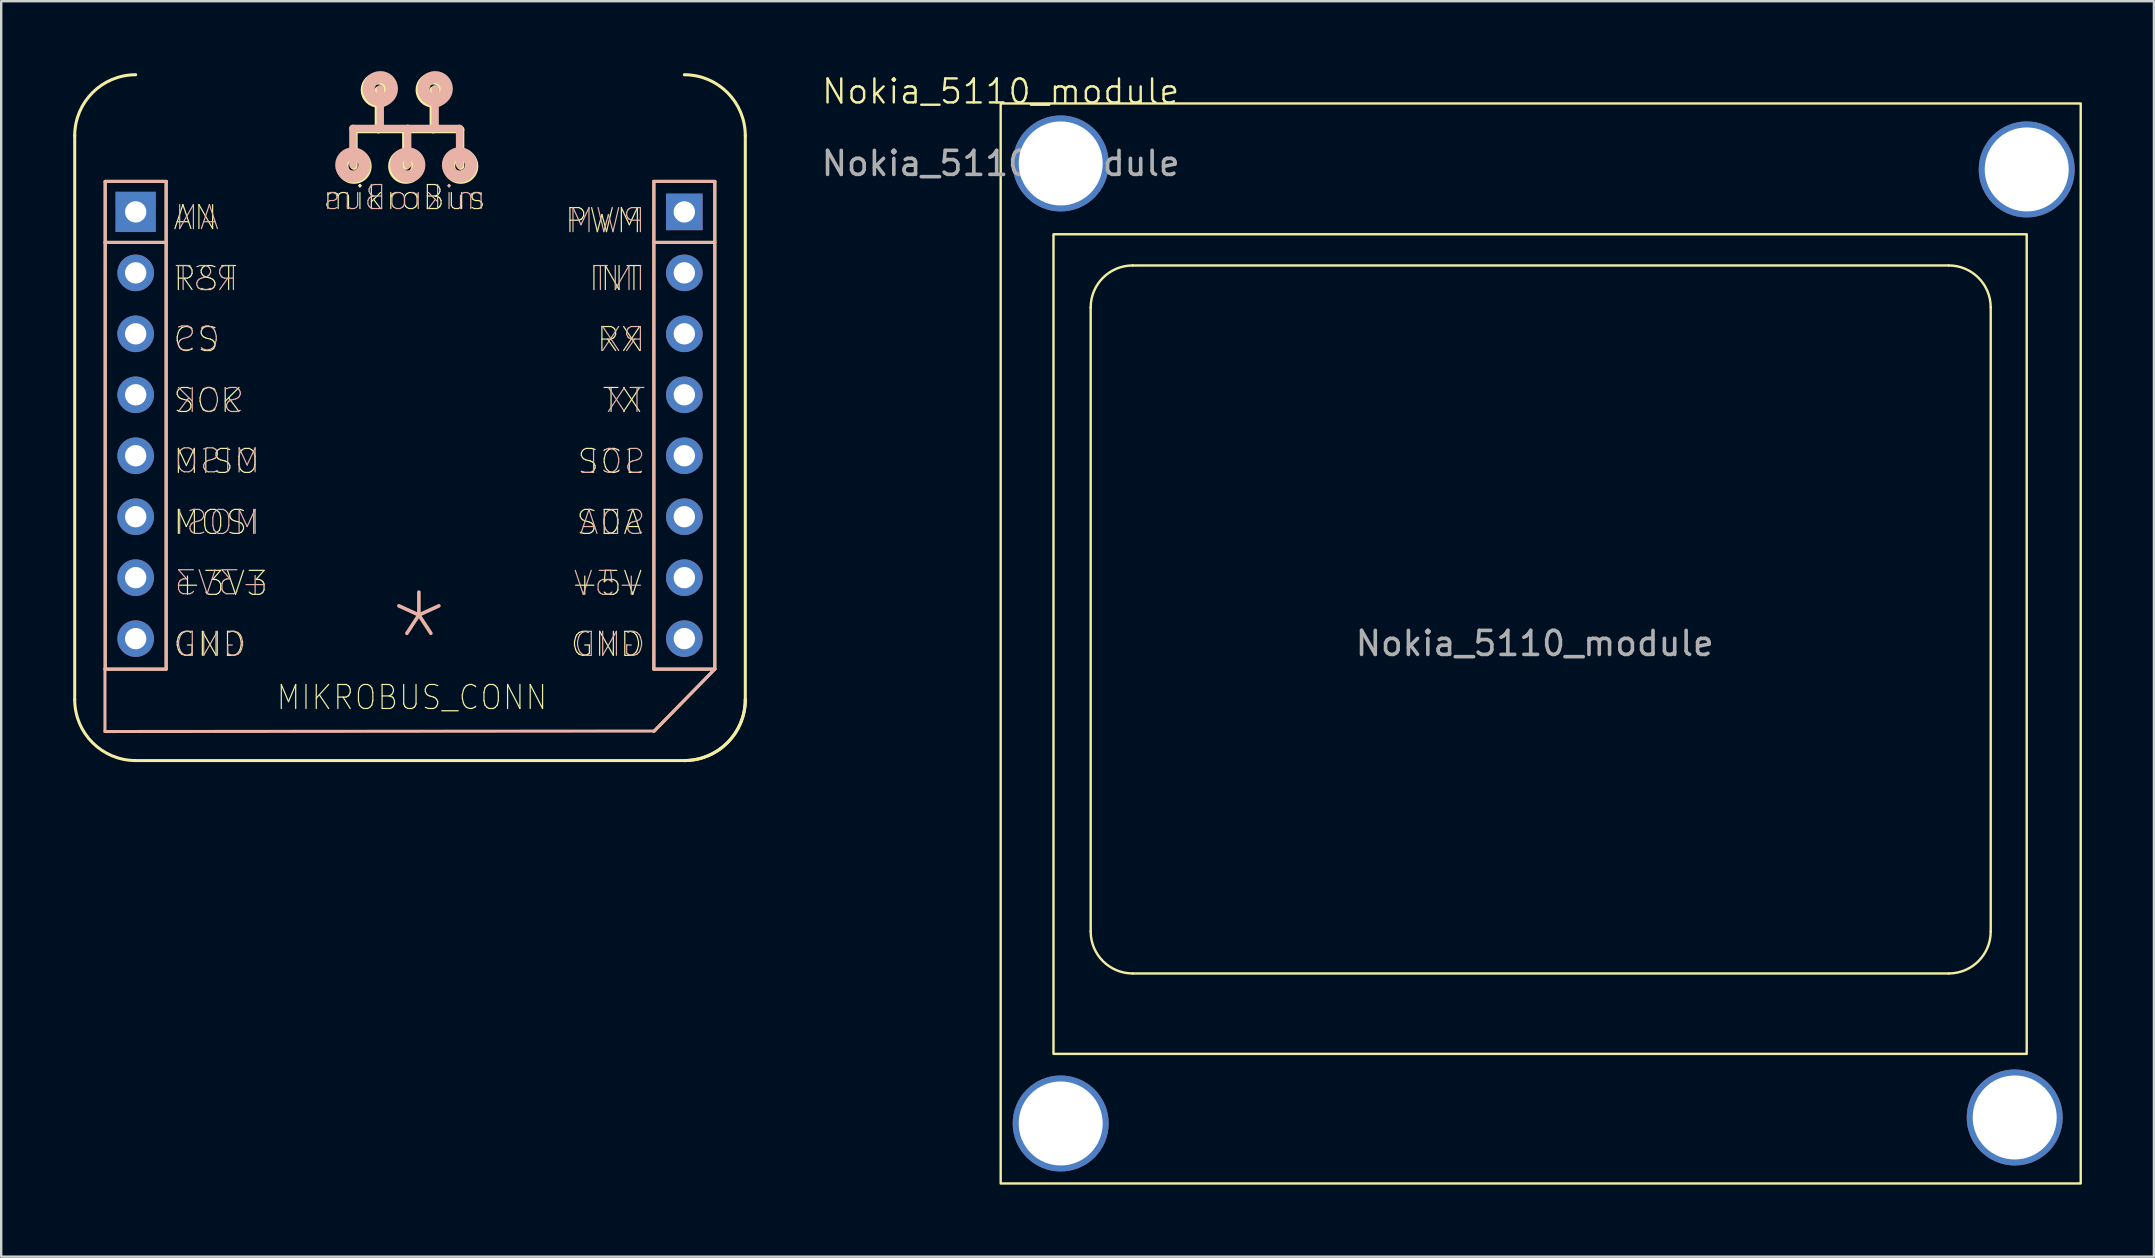
<source format=kicad_pcb>
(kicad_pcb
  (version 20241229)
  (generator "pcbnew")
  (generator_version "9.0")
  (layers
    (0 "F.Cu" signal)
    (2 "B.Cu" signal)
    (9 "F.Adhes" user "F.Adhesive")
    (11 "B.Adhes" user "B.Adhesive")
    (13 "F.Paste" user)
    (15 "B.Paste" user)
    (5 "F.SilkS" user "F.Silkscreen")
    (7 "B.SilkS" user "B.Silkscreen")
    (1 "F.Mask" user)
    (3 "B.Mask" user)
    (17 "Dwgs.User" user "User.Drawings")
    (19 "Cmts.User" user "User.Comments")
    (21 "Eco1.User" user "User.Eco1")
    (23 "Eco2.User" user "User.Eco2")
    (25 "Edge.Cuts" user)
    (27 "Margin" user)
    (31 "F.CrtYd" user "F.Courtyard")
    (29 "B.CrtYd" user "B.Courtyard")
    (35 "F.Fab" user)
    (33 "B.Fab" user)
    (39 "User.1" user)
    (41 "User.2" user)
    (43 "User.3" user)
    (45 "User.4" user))
  (footprint "Nokia_5110_module"
    (layer "F.Cu")
    (at 38.644 1.26)
    (property "Reference" "Nokia_5110_module" (at 0 -0.5 0) (unlocked yes) (layer "F.SilkS") (effects (font (size 1 1) (thickness 0.1))))
    (fp_line (start 3.75 8.5) (end 3.75 34.5) (stroke (width 0.1) (type default)) (layer "F.SilkS"))
    (fp_line (start 5.5 6.75) (end 39.5 6.75) (stroke (width 0.1) (type default)) (layer "F.SilkS"))
    (fp_line (start 5.5 36.25) (end 39.5 36.25) (stroke (width 0.1) (type default)) (layer "F.SilkS"))
    (fp_line (start 41.25 8.5) (end 41.25 34.5) (stroke (width 0.1) (type default)) (layer "F.SilkS"))
    (fp_rect (start 0 0) (end 45 45) (stroke (width 0.1) (type default)) (fill no) (layer "F.SilkS"))
    (fp_rect (start 2.2 5.45) (end 42.75 39.6) (stroke (width 0.1) (type default)) (fill no) (layer "F.SilkS"))
    (fp_arc (start 3.75 8.5) (mid 4.262563 7.262563) (end 5.5 6.75) (stroke (width 0.1) (type default)) (layer "F.SilkS"))
    (fp_arc (start 5.5 36.25) (mid 4.262563 35.737437) (end 3.75 34.5) (stroke (width 0.1) (type default)) (layer "F.SilkS"))
    (fp_arc (start 39.5 6.75) (mid 40.732987 7.258129) (end 41.249955 8.487437) (stroke (width 0.1) (type default)) (layer "F.SilkS"))
    (fp_arc (start 41.25 34.5) (mid 40.737437 35.737437) (end 39.5 36.25) (stroke (width 0.1) (type default)) (layer "F.SilkS"))
    (fp_text user "${REFERENCE}" (at 22.25 22.5 0) (layer "F.Fab") (effects (font (size 1 1) (thickness 0.15))))
    (fp_text user "${REFERENCE}" (at 0 2.5 0) (unlocked yes) (layer "F.Fab") (effects (font (size 1 1) (thickness 0.15))))
    (pad "" thru_hole circle (at 2.5 2.5 180) (size 4 4) (drill 3.5) (layers "*.Cu" "*.Mask"))
    (pad "" thru_hole circle (at 2.5 42.5 180) (size 4 4) (drill 3.5) (layers "*.Cu" "*.Mask"))
    (pad "" thru_hole circle (at 42.25 42.25 180) (size 4 4) (drill 3.5) (layers "*.Cu" "*.Mask"))
    (pad "" thru_hole circle (at 42.75 2.75 180) (size 4 4) (drill 3.5) (layers "*.Cu" "*.Mask")))
  (footprint "MIKROBUS_CONN"
    (layer "F.Cu")
    (at 2.603 5.779)
    (property "Reference" "MIKROBUS_CONN" (at 11.51 20.23 0) (layer "F.SilkS") (effects (font (size 1 0.9) (thickness 0.05))))
    (attr through_hole)
    (fp_line (start -2.54 -3.175) (end -2.54 20.32) (stroke (width 0.127) (type solid)) (layer "F.SilkS"))
    (fp_line (start -1.27 -1.27) (end -1.27 1.27) (stroke (width 0.127) (type solid)) (layer "F.SilkS"))
    (fp_line (start -1.27 1.27) (end -1.27 19.05) (stroke (width 0.127) (type solid)) (layer "F.SilkS"))
    (fp_line (start -1.27 1.27) (end 1.27 1.27) (stroke (width 0.127) (type solid)) (layer "F.SilkS"))
    (fp_line (start -1.27 19.05) (end 1.27 19.05) (stroke (width 0.127) (type solid)) (layer "F.SilkS"))
    (fp_line (start 0 22.86) (end 22.86 22.86) (stroke (width 0.127) (type solid)) (layer "F.SilkS"))
    (fp_line (start 1.27 -1.27) (end -1.27 -1.27) (stroke (width 0.127) (type solid)) (layer "F.SilkS"))
    (fp_line (start 1.27 1.27) (end 1.27 -1.27) (stroke (width 0.127) (type solid)) (layer "F.SilkS"))
    (fp_line (start 1.27 19.05) (end 1.27 1.27) (stroke (width 0.127) (type solid)) (layer "F.SilkS"))
    (fp_line (start 9.096 -3.429) (end 9.096 -1.905) (stroke (width 0.305) (type solid)) (layer "F.SilkS"))
    (fp_line (start 9.096 -3.429) (end 10.112 -3.429) (stroke (width 0.305) (type solid)) (layer "F.SilkS"))
    (fp_line (start 10.112 -3.429) (end 10.112 -5.08) (stroke (width 0.305) (type solid)) (layer "F.SilkS"))
    (fp_line (start 10.112 -3.429) (end 11.255 -3.429) (stroke (width 0.305) (type solid)) (layer "F.SilkS"))
    (fp_line (start 11.255 -3.429) (end 11.255 -1.905) (stroke (width 0.305) (type solid)) (layer "F.SilkS"))
    (fp_line (start 11.255 -3.429) (end 12.398 -3.429) (stroke (width 0.305) (type solid)) (layer "F.SilkS"))
    (fp_line (start 12.398 -3.429) (end 12.398 -5.08) (stroke (width 0.305) (type solid)) (layer "F.SilkS"))
    (fp_line (start 12.398 -3.429) (end 13.541 -3.429) (stroke (width 0.305) (type solid)) (layer "F.SilkS"))
    (fp_line (start 13.541 -3.429) (end 13.541 -1.905) (stroke (width 0.305) (type solid)) (layer "F.SilkS"))
    (fp_line (start 21.59 -1.27) (end 21.59 1.27) (stroke (width 0.127) (type solid)) (layer "F.SilkS"))
    (fp_line (start 21.59 -1.27) (end 24.13 -1.27) (stroke (width 0.127) (type solid)) (layer "F.SilkS"))
    (fp_line (start 21.59 1.27) (end 21.59 19.05) (stroke (width 0.127) (type solid)) (layer "F.SilkS"))
    (fp_line (start 21.59 1.27) (end 24.13 1.27) (stroke (width 0.127) (type solid)) (layer "F.SilkS"))
    (fp_line (start 21.59 19.05) (end 24.13 19.05) (stroke (width 0.127) (type solid)) (layer "F.SilkS"))
    (fp_line (start 24.13 -1.27) (end 24.13 19.05) (stroke (width 0.127) (type solid)) (layer "F.SilkS"))
    (fp_line (start 24.13 19.05) (end 21.6 21.64) (stroke (width 0.127) (type solid)) (layer "F.SilkS"))
    (fp_line (start 25.4 -3.175) (end 25.4 20.32) (stroke (width 0.127) (type solid)) (layer "F.SilkS"))
    (fp_arc (start -2.54 -3.175) (mid -1.796051 -4.971051) (end 0 -5.715) (stroke (width 0.127) (type solid)) (layer "F.SilkS"))
    (fp_arc (start 0 22.86) (mid -1.796051 22.116051) (end -2.54 20.32) (stroke (width 0.127) (type solid)) (layer "F.SilkS"))
    (fp_arc (start 22.86 -5.715) (mid 24.656051 -4.971051) (end 25.4 -3.175) (stroke (width 0.127) (type solid)) (layer "F.SilkS"))
    (fp_arc (start 25.4 20.32) (mid 24.656051 22.116051) (end 22.86 22.86) (stroke (width 0.127) (type solid)) (layer "F.SilkS"))
    (fp_arc (start 25.4 20.32) (mid 24.656051 22.116051) (end 22.86 22.86) (stroke (width 0.127) (type solid)) (layer "F.SilkS"))
    (fp_circle (center 9.096 -1.905) (end 9.325 -1.905) (stroke (width 0.508) (type solid)) (fill no) (layer "F.SilkS"))
    (fp_circle (center 10.112 -5.08) (end 10.341 -5.08) (stroke (width 0.508) (type solid)) (fill no) (layer "F.SilkS"))
    (fp_circle (center 11.255 -1.905) (end 11.484 -1.905) (stroke (width 0.508) (type solid)) (fill no) (layer "F.SilkS"))
    (fp_circle (center 12.398 -5.08) (end 12.627 -5.08) (stroke (width 0.508) (type solid)) (fill no) (layer "F.SilkS"))
    (fp_circle (center 13.541 -1.905) (end 13.77 -1.905) (stroke (width 0.508) (type solid)) (fill no) (layer "F.SilkS"))
    (fp_line (start -1.28 19.03) (end -1.28 21.65) (stroke (width 0.127) (type solid)) (layer "B.SilkS"))
    (fp_line (start -1.28 21.65) (end 21.59 21.63) (stroke (width 0.127) (type solid)) (layer "B.SilkS"))
    (fp_line (start -1.27 -1.27) (end -1.27 1.27) (stroke (width 0.127) (type solid)) (layer "B.SilkS"))
    (fp_line (start -1.27 1.27) (end -1.27 19.05) (stroke (width 0.127) (type solid)) (layer "B.SilkS"))
    (fp_line (start -1.27 1.27) (end 1.27 1.27) (stroke (width 0.127) (type solid)) (layer "B.SilkS"))
    (fp_line (start -1.27 19.05) (end 1.27 19.05) (stroke (width 0.127) (type solid)) (layer "B.SilkS"))
    (fp_line (start 1.27 -1.27) (end -1.27 -1.27) (stroke (width 0.127) (type solid)) (layer "B.SilkS"))
    (fp_line (start 1.27 1.27) (end 1.27 -1.27) (stroke (width 0.127) (type solid)) (layer "B.SilkS"))
    (fp_line (start 1.27 19.05) (end 1.27 1.27) (stroke (width 0.127) (type solid)) (layer "B.SilkS"))
    (fp_line (start 9.049 -3.48) (end 9.049 -1.956) (stroke (width 0.305) (type solid)) (layer "B.SilkS"))
    (fp_line (start 10.192 -3.48) (end 9.049 -3.48) (stroke (width 0.305) (type solid)) (layer "B.SilkS"))
    (fp_line (start 10.192 -3.48) (end 10.192 -5.131) (stroke (width 0.305) (type solid)) (layer "B.SilkS"))
    (fp_line (start 11.335 -3.48) (end 10.192 -3.48) (stroke (width 0.305) (type solid)) (layer "B.SilkS"))
    (fp_line (start 11.335 -3.48) (end 11.335 -1.956) (stroke (width 0.305) (type solid)) (layer "B.SilkS"))
    (fp_line (start 12.478 -3.48) (end 11.335 -3.48) (stroke (width 0.305) (type solid)) (layer "B.SilkS"))
    (fp_line (start 12.478 -3.48) (end 12.478 -5.131) (stroke (width 0.305) (type solid)) (layer "B.SilkS"))
    (fp_line (start 13.494 -3.48) (end 12.478 -3.48) (stroke (width 0.305) (type solid)) (layer "B.SilkS"))
    (fp_line (start 13.494 -3.48) (end 13.494 -1.956) (stroke (width 0.305) (type solid)) (layer "B.SilkS"))
    (fp_line (start 21.59 -1.27) (end 21.59 1.27) (stroke (width 0.127) (type solid)) (layer "B.SilkS"))
    (fp_line (start 21.59 -1.27) (end 24.13 -1.27) (stroke (width 0.127) (type solid)) (layer "B.SilkS"))
    (fp_line (start 21.59 1.27) (end 21.59 19.05) (stroke (width 0.127) (type solid)) (layer "B.SilkS"))
    (fp_line (start 21.59 1.27) (end 24.13 1.27) (stroke (width 0.127) (type solid)) (layer "B.SilkS"))
    (fp_line (start 21.59 19.05) (end 24.13 19.05) (stroke (width 0.127) (type solid)) (layer "B.SilkS"))
    (fp_line (start 24.13 -1.27) (end 24.13 19.05) (stroke (width 0.127) (type solid)) (layer "B.SilkS"))
    (fp_line (start 24.13 19.05) (end 21.59 21.64) (stroke (width 0.127) (type solid)) (layer "B.SilkS"))
    (fp_circle (center 9.049 -1.956) (end 9.278 -1.956) (stroke (width 0.508) (type solid)) (fill no) (layer "B.SilkS"))
    (fp_circle (center 10.192 -5.131) (end 10.421 -5.131) (stroke (width 0.508) (type solid)) (fill no) (layer "B.SilkS"))
    (fp_circle (center 11.335 -1.956) (end 11.564 -1.956) (stroke (width 0.508) (type solid)) (fill no) (layer "B.SilkS"))
    (fp_circle (center 12.478 -5.131) (end 12.707 -5.131) (stroke (width 0.508) (type solid)) (fill no) (layer "B.SilkS"))
    (fp_circle (center 13.494 -1.956) (end 13.723 -1.956) (stroke (width 0.508) (type solid)) (fill no) (layer "B.SilkS"))
    (fp_text user "SCL" (at 19.759 10.395 0) (layer "F.SilkS") (effects (font (size 1 1) (thickness 0.05))))
    (fp_text user "CS" (at 2.516 5.315 0) (layer "F.SilkS") (effects (font (size 1 1) (thickness 0.05))))
    (fp_text user "RST" (at 2.897 2.775 0) (layer "F.SilkS") (effects (font (size 1 1) (thickness 0.05))))
    (fp_text user "SDA" (at 19.736 12.935 0) (layer "F.SilkS") (effects (font (size 1 1) (thickness 0.05))))
    (fp_text user "TX" (at 20.283 7.855 0) (layer "F.SilkS") (effects (font (size 1 1) (thickness 0.05))))
    (fp_text user "AN" (at 2.492 0.235 0) (layer "F.SilkS") (effects (font (size 1 1) (thickness 0.05))))
    (fp_text user "mikroBus" (at 11.2 -0.6 0) (layer "F.SilkS") (effects (font (size 1 1) (thickness 0.05))))
    (fp_text user "RX" (at 20.164 5.315 0) (layer "F.SilkS") (effects (font (size 1 1) (thickness 0.05))))
    (fp_text user "MOSI" (at 3.35 12.935 0) (layer "F.SilkS") (effects (font (size 1 1) (thickness 0.05))))
    (fp_text user "+5V" (at 19.617 15.475 0) (layer "F.SilkS") (effects (font (size 1 1) (thickness 0.05))))
    (fp_text user "GND" (at 3.064 18.015 0) (layer "F.SilkS") (effects (font (size 1 1) (thickness 0.05))))
    (fp_text user "+3V3" (at 3.54 15.475 0) (layer "F.SilkS") (effects (font (size 1 1) (thickness 0.05))))
    (fp_text user "PWM" (at 19.498 0.362 0) (layer "F.SilkS") (effects (font (size 1 1) (thickness 0.05))))
    (fp_text user "INT" (at 19.998 2.775 0) (layer "F.SilkS") (effects (font (size 1 1) (thickness 0.05))))
    (fp_text user "MISO" (at 3.35 10.395 0) (layer "F.SilkS") (effects (font (size 1 1) (thickness 0.05))))
    (fp_text user "GND" (at 19.617 18.015 0) (layer "F.SilkS") (effects (font (size 1 1) (thickness 0.05))))
    (fp_text user "SCK" (at 3.016 7.855 0) (layer "F.SilkS") (effects (font (size 1 1) (thickness 0.05))))
    (fp_text user "*" (at 11.8 18 0) (layer "B.SilkS") (effects (font (size 4 3.5) (thickness 0.15)) (justify mirror)))
    (fp_text user "GND" (at 19.744 18.015 0) (layer "B.SilkS") (effects (font (size 1 1) (thickness 0.05)) (justify mirror)))
    (fp_text user "PWM" (at 19.625 0.362 0) (layer "B.SilkS") (effects (font (size 1 1) (thickness 0.05)) (justify mirror)))
    (fp_text user "CS" (at 2.572 5.29 0) (layer "B.SilkS") (effects (font (size 1 1) (thickness 0.05)) (justify mirror)))
    (fp_text user "+5V" (at 19.744 15.475 0) (layer "B.SilkS") (effects (font (size 1 1) (thickness 0.05)) (justify mirror)))
    (fp_text user "SDA" (at 19.863 12.935 0) (layer "B.SilkS") (effects (font (size 1 1) (thickness 0.05)) (justify mirror)))
    (fp_text user "INT" (at 20.125 2.775 0) (layer "B.SilkS") (effects (font (size 1 1) (thickness 0.05)) (justify mirror)))
    (fp_text user "TX" (at 20.411 7.855 0) (layer "B.SilkS") (effects (font (size 1 1) (thickness 0.05)) (justify mirror)))
    (fp_text user "GND" (at 3.12 18.015 0) (layer "B.SilkS") (effects (font (size 1 1) (thickness 0.05)) (justify mirror)))
    (fp_text user "RX" (at 20.291 5.315 0) (layer "B.SilkS") (effects (font (size 1 1) (thickness 0.05)) (justify mirror)))
    (fp_text user "MISO" (at 3.405 10.37 0) (layer "B.SilkS") (effects (font (size 1 1) (thickness 0.05)) (justify mirror)))
    (fp_text user "SCK" (at 3.072 7.855 0) (layer "B.SilkS") (effects (font (size 1 1) (thickness 0.05)) (justify mirror)))
    (fp_text user "AN" (at 2.548 0.235 0) (layer "B.SilkS") (effects (font (size 1 1) (thickness 0.05)) (justify mirror)))
    (fp_text user "MOSI" (at 3.405 12.935 0) (layer "B.SilkS") (effects (font (size 1 1) (thickness 0.05)) (justify mirror)))
    (fp_text user "mikroBus" (at 11.2 -0.6 0) (layer "B.SilkS") (effects (font (size 1 1) (thickness 0.05)) (justify mirror)))
    (fp_text user "SCL" (at 19.887 10.395 0) (layer "B.SilkS") (effects (font (size 1 1) (thickness 0.05)) (justify mirror)))
    (fp_text user "RST" (at 2.953 2.775 0) (layer "B.SilkS") (effects (font (size 1 1) (thickness 0.05)) (justify mirror)))
    (fp_text user "+3V3" (at 3.596 15.45 0) (layer "B.SilkS") (effects (font (size 1 1) (thickness 0.05)) (justify mirror)))
    (pad "1" thru_hole rect (at 0 0) (size 1.676 1.676) (drill 0.889) (layers "*.Cu" "*.Mask"))
    (pad "2" thru_hole circle (at 0 2.54) (size 1.524 1.524) (drill 0.889) (layers "*.Cu" "*.Mask"))
    (pad "3" thru_hole circle (at 0 5.08) (size 1.524 1.524) (drill 0.889) (layers "*.Cu" "*.Mask"))
    (pad "4" thru_hole circle (at 0 7.62) (size 1.524 1.524) (drill 0.889) (layers "*.Cu" "*.Mask"))
    (pad "5" thru_hole circle (at 0 10.16) (size 1.524 1.524) (drill 0.889) (layers "*.Cu" "*.Mask"))
    (pad "6" thru_hole circle (at 0 12.7) (size 1.524 1.524) (drill 0.889) (layers "*.Cu" "*.Mask"))
    (pad "7" thru_hole circle (at 0 15.24) (size 1.524 1.524) (drill 0.889) (layers "*.Cu" "*.Mask"))
    (pad "8" thru_hole circle (at 0 17.78) (size 1.524 1.524) (drill 0.889) (layers "*.Cu" "*.Mask"))
    (pad "9" thru_hole circle (at 22.86 17.78) (size 1.524 1.524) (drill 0.889) (layers "*.Cu" "*.Mask"))
    (pad "10" thru_hole circle (at 22.86 15.24) (size 1.524 1.524) (drill 0.889) (layers "*.Cu" "*.Mask"))
    (pad "11" thru_hole circle (at 22.86 12.7) (size 1.524 1.524) (drill 0.889) (layers "*.Cu" "*.Mask"))
    (pad "12" thru_hole circle (at 22.86 10.16) (size 1.524 1.524) (drill 0.889) (layers "*.Cu" "*.Mask"))
    (pad "13" thru_hole circle (at 22.86 7.62) (size 1.524 1.524) (drill 0.889) (layers "*.Cu" "*.Mask"))
    (pad "14" thru_hole circle (at 22.86 5.08) (size 1.524 1.524) (drill 0.889) (layers "*.Cu" "*.Mask"))
    (pad "15" thru_hole circle (at 22.86 2.54) (size 1.524 1.524) (drill 0.889) (layers "*.Cu" "*.Mask"))
    (pad "16" thru_hole rect (at 22.86 0) (size 1.524 1.524) (drill 0.889) (layers "*.Cu" "*.Mask")))
  (gr_rect
    (start -3 -3)
    (end 86.694 49.31)
    (stroke (width 0.1) (type default))
    (fill no)
    (layer "Edge.Cuts")))
</source>
